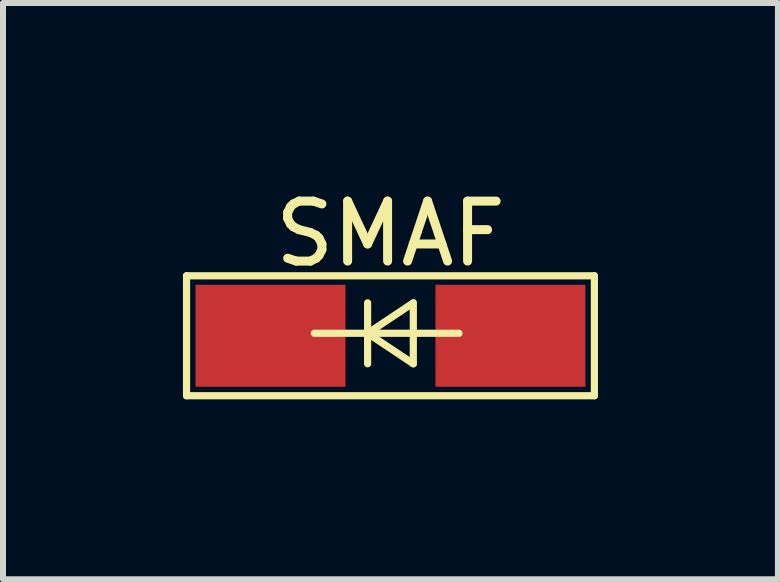
<source format=kicad_pcb>
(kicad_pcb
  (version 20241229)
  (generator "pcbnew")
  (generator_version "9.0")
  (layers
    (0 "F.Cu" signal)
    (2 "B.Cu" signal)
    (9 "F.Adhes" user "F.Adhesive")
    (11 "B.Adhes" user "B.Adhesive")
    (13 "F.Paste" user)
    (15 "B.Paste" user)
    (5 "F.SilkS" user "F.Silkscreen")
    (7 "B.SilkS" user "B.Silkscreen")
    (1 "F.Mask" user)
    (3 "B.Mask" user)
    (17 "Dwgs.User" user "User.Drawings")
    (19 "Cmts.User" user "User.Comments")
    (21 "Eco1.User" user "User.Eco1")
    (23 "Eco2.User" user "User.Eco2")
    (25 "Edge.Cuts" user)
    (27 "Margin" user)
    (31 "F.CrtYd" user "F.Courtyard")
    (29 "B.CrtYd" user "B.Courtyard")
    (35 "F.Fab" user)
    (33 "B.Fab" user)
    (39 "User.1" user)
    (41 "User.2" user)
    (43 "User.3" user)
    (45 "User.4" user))
  (footprint "SMAF"
    (layer "F.Cu")
    (at 3.46 0.348)
    (property "Reference" "SMAF" (at 0 0.5 0) (layer "F.SilkS") (effects (font (size 1 1) (thickness 0.15))))
    (attr through_hole)
    (fp_line (start -3.4 1.2) (end 3.4 1.2) (stroke (width 0.12) (type solid)) (layer "F.SilkS"))
    (fp_line (start -3.4 3.2) (end -3.4 1.2) (stroke (width 0.12) (type solid)) (layer "F.SilkS"))
    (fp_line (start -1.27 2.159) (end 1.143 2.159) (stroke (width 0.12) (type solid)) (layer "F.SilkS"))
    (fp_line (start -0.381 1.651) (end -0.381 2.667) (stroke (width 0.12) (type solid)) (layer "F.SilkS"))
    (fp_line (start -0.381 2.159) (end 0.381 1.651) (stroke (width 0.12) (type solid)) (layer "F.SilkS"))
    (fp_line (start 0.381 1.651) (end 0.381 2.667) (stroke (width 0.12) (type solid)) (layer "F.SilkS"))
    (fp_line (start 0.381 2.667) (end -0.381 2.159) (stroke (width 0.12) (type solid)) (layer "F.SilkS"))
    (fp_line (start 3.4 1.2) (end 3.4 3.2) (stroke (width 0.12) (type solid)) (layer "F.SilkS"))
    (fp_line (start 3.4 3.2) (end -3.4 3.2) (stroke (width 0.12) (type solid)) (layer "F.SilkS"))
    (pad "1" smd rect (at -2 2.2) (size 2.5 1.7) (layers "F.Cu" "F.Mask" "F.Paste"))
    (pad "2" smd rect (at 2 2.2) (size 2.5 1.7) (layers "F.Cu" "F.Paste")))
  (gr_rect
    (start -3 -3)
    (end 9.92 6.608)
    (stroke (width 0.1) (type default))
    (fill no)
    (layer "Edge.Cuts")))
</source>
